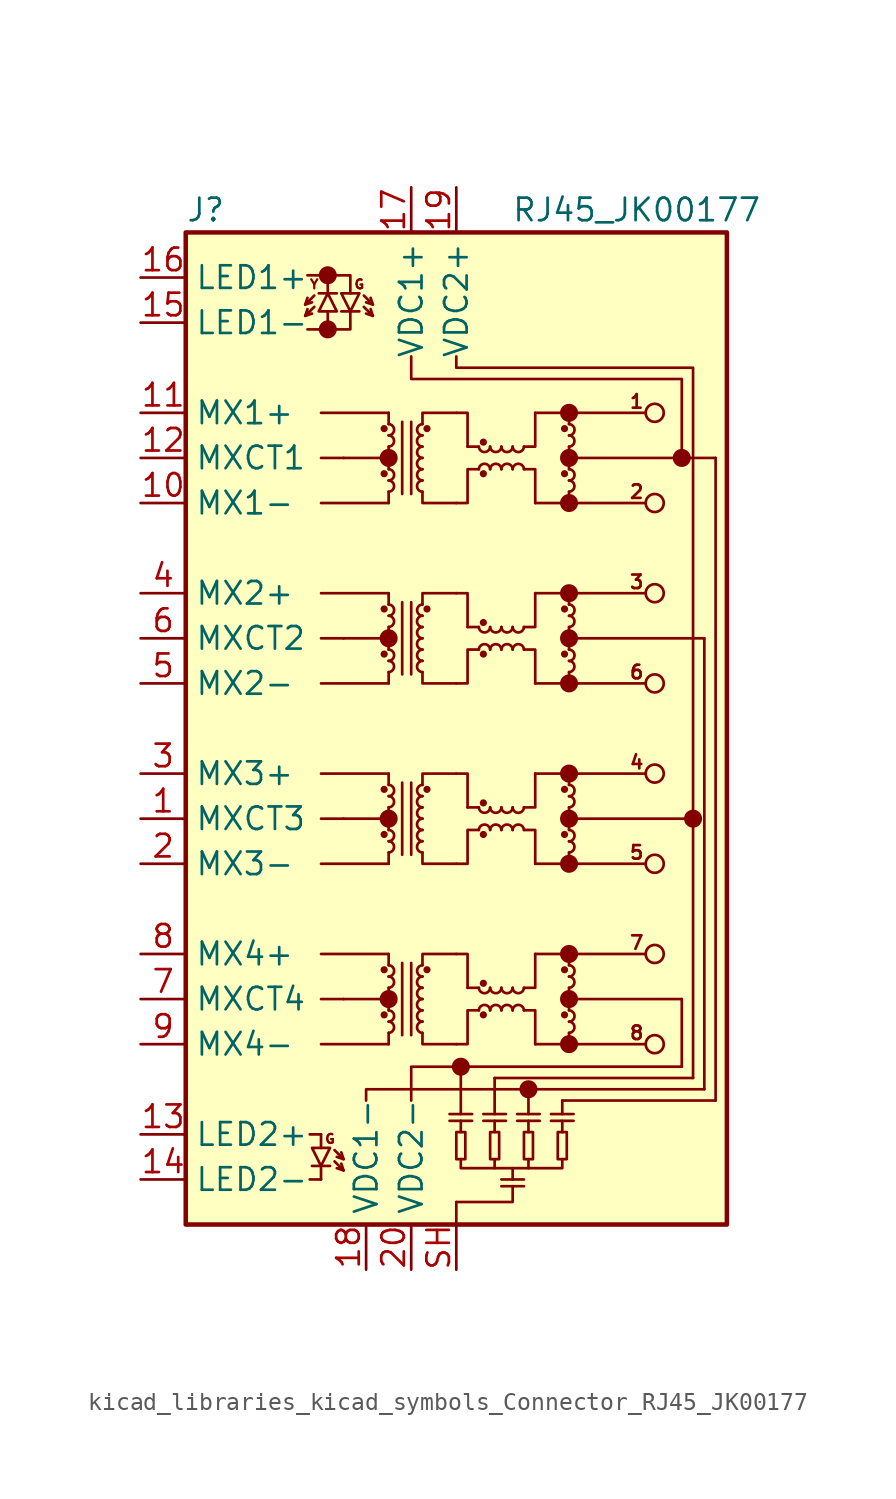
<source format=kicad_sym>
(kicad_symbol_lib
  (version 20220914)
  (generator kicad_symbol_editor)
  (symbol "kicad_libraries_kicad_symbols_Connector_RJ45_JK00177"
    (property "Reference" "J"
      (at -15.24 29.21 0)
      (effects (font (size 1.27 1.27)) (justify left)))
    (property "Value" "RJ45_JK00177"
      (at 10.16 29.21 0)
      (effects (font (size 1.27 1.27))))
    (symbol "kicad_libraries_kicad_symbols_Connector_RJ45_JK00177_0_0"
      (circle (center -7.239 22.479) (radius 0.0001) (stroke (width 0.508) (type default)) (fill (type none)))
      (circle (center -7.239 25.527) (radius 0.0001) (stroke (width 0.508) (type default)) (fill (type none)))
      (circle (center -3.81 -15.24) (radius 0.0001) (stroke (width 0.508) (type default)) (fill (type none)))
      (circle (center -3.81 -5.08) (radius 0.0001) (stroke (width 0.508) (type default)) (fill (type none)))
      (circle (center -3.81 5.08) (radius 0.0001) (stroke (width 0.508) (type default)) (fill (type none)))
      (circle (center -3.81 15.24) (radius 0.0001) (stroke (width 0.508) (type default)) (fill (type none)))
      (circle (center 0.254 -19.05) (radius 0.0001) (stroke (width 0.508) (type default)) (fill (type none)))
      (circle (center 4.064 -20.32) (radius 0.0001) (stroke (width 0.508) (type default)) (fill (type none)))
      (circle (center 6.35 -17.78) (radius 0.0001) (stroke (width 0.508) (type default)) (fill (type none)))
      (circle (center 6.35 -15.24) (radius 0.0001) (stroke (width 0.508) (type default)) (fill (type none)))
      (circle (center 6.35 -12.7) (radius 0.0001) (stroke (width 0.508) (type default)) (fill (type none)))
      (circle (center 6.35 -7.62) (radius 0.0001) (stroke (width 0.508) (type default)) (fill (type none)))
      (circle (center 6.35 -5.08) (radius 0.0001) (stroke (width 0.508) (type default)) (fill (type none)))
      (circle (center 6.35 -2.54) (radius 0.0001) (stroke (width 0.508) (type default)) (fill (type none)))
      (circle (center 6.35 2.54) (radius 0.0001) (stroke (width 0.508) (type default)) (fill (type none)))
      (circle (center 6.35 5.08) (radius 0.0001) (stroke (width 0.508) (type default)) (fill (type none)))
      (circle (center 6.35 7.62) (radius 0.0001) (stroke (width 0.508) (type default)) (fill (type none)))
      (circle (center 6.35 12.7) (radius 0.0001) (stroke (width 0.508) (type default)) (fill (type none)))
      (circle (center 6.35 15.24) (radius 0.0001) (stroke (width 0.508) (type default)) (fill (type none)))
      (circle (center 6.35 17.78) (radius 0.0001) (stroke (width 0.508) (type default)) (fill (type none)))
      (circle (center 12.7 15.24) (radius 0.0001) (stroke (width 0.508) (type default)) (fill (type none)))
      (circle (center 13.335 -5.08) (radius 0.0001) (stroke (width 0.508) (type default)) (fill (type none)))
      (text "" (at -7.874 24.892 900) (effects (font (size 1.27 1.27))))
      (text "1" (at 10.16 18.415 0) (effects (font (size 0.762 0.762))))
      (text "2" (at 10.16 13.335 0) (effects (font (size 0.762 0.762))))
      (text "3" (at 10.16 8.255 0) (effects (font (size 0.762 0.762))))
      (text "4" (at 10.16 -1.905 0) (effects (font (size 0.762 0.762))))
      (text "5" (at 10.16 -6.985 0) (effects (font (size 0.762 0.762))))
      (text "6" (at 10.16 3.175 0) (effects (font (size 0.762 0.762))))
      (text "7" (at 10.16 -12.065 0) (effects (font (size 0.762 0.762))))
      (text "8" (at 10.16 -17.145 0) (effects (font (size 0.762 0.762))))
      (text "G" (at -7.112 -23.114 0) (effects (font (size 0.508 0.508))))
      (text "G" (at -5.461 25.019 0) (effects (font (size 0.508 0.508))))
      (text "Y" (at -8.001 25.019 0) (effects (font (size 0.508 0.508)))))
    (symbol "kicad_libraries_kicad_symbols_Connector_RJ45_JK00177_0_1"
      (rectangle (start -15.24 27.94) (end 15.24 -27.94) (stroke (width 0.254) (type default)) (fill (type background)))
      (circle (center -4.064 -16.129) (radius 0.127) (stroke (width 0) (type default)) (fill (type outline)))
      (circle (center -4.064 -13.589) (radius 0.127) (stroke (width 0) (type default)) (fill (type outline)))
      (circle (center -4.064 -5.969) (radius 0.127) (stroke (width 0) (type default)) (fill (type outline)))
      (circle (center -4.064 -3.429) (radius 0.127) (stroke (width 0) (type default)) (fill (type outline)))
      (circle (center -4.064 4.191) (radius 0.127) (stroke (width 0) (type default)) (fill (type outline)))
      (circle (center -4.064 6.731) (radius 0.127) (stroke (width 0) (type default)) (fill (type outline)))
      (circle (center -4.064 14.351) (radius 0.127) (stroke (width 0) (type default)) (fill (type outline)))
      (circle (center -4.064 16.891) (radius 0.127) (stroke (width 0) (type default)) (fill (type outline)))
      (arc (start -3.81 -17.145) (mid -3.5052 -16.8402) (end -3.81 -16.51) (stroke (width 0) (type default)) (fill (type none)))
      (arc (start -3.81 -16.51) (mid -3.5052 -16.2052) (end -3.81 -15.875) (stroke (width 0) (type default)) (fill (type none)))
      (arc (start -3.81 -14.605) (mid -3.5052 -14.3002) (end -3.81 -13.97) (stroke (width 0) (type default)) (fill (type none)))
      (arc (start -3.81 -13.97) (mid -3.5052 -13.6652) (end -3.81 -13.335) (stroke (width 0) (type default)) (fill (type none)))
      (arc (start -3.81 -6.985) (mid -3.5052 -6.6802) (end -3.81 -6.35) (stroke (width 0) (type default)) (fill (type none)))
      (arc (start -3.81 -6.35) (mid -3.5052 -6.0452) (end -3.81 -5.715) (stroke (width 0) (type default)) (fill (type none)))
      (arc (start -3.81 -4.445) (mid -3.5052 -4.1402) (end -3.81 -3.81) (stroke (width 0) (type default)) (fill (type none)))
      (arc (start -3.81 -3.81) (mid -3.5052 -3.5052) (end -3.81 -3.175) (stroke (width 0) (type default)) (fill (type none)))
      (arc (start -3.81 3.175) (mid -3.5052 3.4798) (end -3.81 3.81) (stroke (width 0) (type default)) (fill (type none)))
      (arc (start -3.81 3.81) (mid -3.5052 4.1148) (end -3.81 4.445) (stroke (width 0) (type default)) (fill (type none)))
      (arc (start -3.81 5.715) (mid -3.5052 6.0198) (end -3.81 6.35) (stroke (width 0) (type default)) (fill (type none)))
      (arc (start -3.81 6.35) (mid -3.5052 6.6548) (end -3.81 6.985) (stroke (width 0) (type default)) (fill (type none)))
      (arc (start -3.81 13.335) (mid -3.5052 13.6398) (end -3.81 13.97) (stroke (width 0) (type default)) (fill (type none)))
      (arc (start -3.81 13.97) (mid -3.5052 14.2748) (end -3.81 14.605) (stroke (width 0) (type default)) (fill (type none)))
      (arc (start -3.81 15.875) (mid -3.5052 16.1798) (end -3.81 16.51) (stroke (width 0) (type default)) (fill (type none)))
      (arc (start -3.81 16.51) (mid -3.5052 16.8148) (end -3.81 17.145) (stroke (width 0) (type default)) (fill (type none)))
      (arc (start -1.905 -16.51) (mid -2.2098 -16.8148) (end -1.905 -17.145) (stroke (width 0) (type default)) (fill (type none)))
      (arc (start -1.905 -15.875) (mid -2.2098 -16.1798) (end -1.905 -16.51) (stroke (width 0) (type default)) (fill (type none)))
      (arc (start -1.905 -15.24) (mid -2.2098 -15.5448) (end -1.905 -15.875) (stroke (width 0) (type default)) (fill (type none)))
      (arc (start -1.905 -14.605) (mid -2.2098 -14.9098) (end -1.905 -15.24) (stroke (width 0) (type default)) (fill (type none)))
      (arc (start -1.905 -13.97) (mid -2.2098 -14.2748) (end -1.905 -14.605) (stroke (width 0) (type default)) (fill (type none)))
      (arc (start -1.905 -13.335) (mid -2.2098 -13.6398) (end -1.905 -13.97) (stroke (width 0) (type default)) (fill (type none)))
      (arc (start -1.905 -6.35) (mid -2.2098 -6.6548) (end -1.905 -6.985) (stroke (width 0) (type default)) (fill (type none)))
      (arc (start -1.905 -5.715) (mid -2.2098 -6.0198) (end -1.905 -6.35) (stroke (width 0) (type default)) (fill (type none)))
      (arc (start -1.905 -5.08) (mid -2.2098 -5.3848) (end -1.905 -5.715) (stroke (width 0) (type default)) (fill (type none)))
      (arc (start -1.905 -4.445) (mid -2.2098 -4.7498) (end -1.905 -5.08) (stroke (width 0) (type default)) (fill (type none)))
      (arc (start -1.905 -3.81) (mid -2.2098 -4.1148) (end -1.905 -4.445) (stroke (width 0) (type default)) (fill (type none)))
      (arc (start -1.905 -3.175) (mid -2.2098 -3.4798) (end -1.905 -3.81) (stroke (width 0) (type default)) (fill (type none)))
      (arc (start -1.905 3.81) (mid -2.2098 3.5052) (end -1.905 3.175) (stroke (width 0) (type default)) (fill (type none)))
      (arc (start -1.905 4.445) (mid -2.2098 4.1402) (end -1.905 3.81) (stroke (width 0) (type default)) (fill (type none)))
      (arc (start -1.905 5.08) (mid -2.2098 4.7752) (end -1.905 4.445) (stroke (width 0) (type default)) (fill (type none)))
      (arc (start -1.905 5.715) (mid -2.2098 5.4102) (end -1.905 5.08) (stroke (width 0) (type default)) (fill (type none)))
      (arc (start -1.905 6.35) (mid -2.2098 6.0452) (end -1.905 5.715) (stroke (width 0) (type default)) (fill (type none)))
      (arc (start -1.905 6.985) (mid -2.2098 6.6802) (end -1.905 6.35) (stroke (width 0) (type default)) (fill (type none)))
      (arc (start -1.905 13.97) (mid -2.2098 13.6652) (end -1.905 13.335) (stroke (width 0) (type default)) (fill (type none)))
      (arc (start -1.905 14.605) (mid -2.2098 14.3002) (end -1.905 13.97) (stroke (width 0) (type default)) (fill (type none)))
      (arc (start -1.905 15.24) (mid -2.2098 14.9352) (end -1.905 14.605) (stroke (width 0) (type default)) (fill (type none)))
      (arc (start -1.905 15.875) (mid -2.2098 15.5702) (end -1.905 15.24) (stroke (width 0) (type default)) (fill (type none)))
      (arc (start -1.905 16.51) (mid -2.2098 16.2052) (end -1.905 15.875) (stroke (width 0) (type default)) (fill (type none)))
      (arc (start -1.905 17.145) (mid -2.2098 16.8402) (end -1.905 16.51) (stroke (width 0) (type default)) (fill (type none)))
      (circle (center -1.651 -13.589) (radius 0.127) (stroke (width 0) (type default)) (fill (type outline)))
      (circle (center -1.651 -3.429) (radius 0.127) (stroke (width 0) (type default)) (fill (type outline)))
      (circle (center -1.651 6.731) (radius 0.127) (stroke (width 0) (type default)) (fill (type outline)))
      (circle (center -1.651 16.891) (radius 0.127) (stroke (width 0) (type default)) (fill (type outline)))
      (rectangle (start 0 -22.733) (end 0.508 -24.257) (stroke (width 0.152) (type default)) (fill (type none)))
      (polyline (pts (xy -7.62 -17.78) (xy -3.81 -17.78)) (stroke (width 0) (type default)) (fill (type none)))
      (polyline (pts (xy -7.62 -15.24) (xy -6.35 -15.24)) (stroke (width 0) (type default)) (fill (type none)))
      (polyline (pts (xy -7.62 -12.7) (xy -3.81 -12.7)) (stroke (width 0) (type default)) (fill (type none)))
      (polyline (pts (xy -7.62 -7.62) (xy -3.81 -7.62)) (stroke (width 0) (type default)) (fill (type none)))
      (polyline (pts (xy -7.62 -5.08) (xy -6.35 -5.08)) (stroke (width 0) (type default)) (fill (type none)))
      (polyline (pts (xy -7.62 -2.54) (xy -3.81 -2.54)) (stroke (width 0) (type default)) (fill (type none)))
      (polyline (pts (xy -7.62 2.54) (xy -3.81 2.54)) (stroke (width 0) (type default)) (fill (type none)))
      (polyline (pts (xy -7.62 5.08) (xy -6.35 5.08)) (stroke (width 0) (type default)) (fill (type none)))
      (polyline (pts (xy -7.62 7.62) (xy -3.81 7.62)) (stroke (width 0) (type default)) (fill (type none)))
      (polyline (pts (xy -7.62 12.7) (xy -3.81 12.7)) (stroke (width 0) (type default)) (fill (type none)))
      (polyline (pts (xy -7.62 15.24) (xy -6.35 15.24)) (stroke (width 0) (type default)) (fill (type none)))
      (polyline (pts (xy -7.62 17.78) (xy -3.81 17.78)) (stroke (width 0) (type default)) (fill (type none)))
      (polyline (pts (xy -6.35 -15.24) (xy -3.81 -15.24)) (stroke (width 0) (type default)) (fill (type none)))
      (polyline (pts (xy -6.35 -5.08) (xy -3.81 -5.08)) (stroke (width 0) (type default)) (fill (type none)))
      (polyline (pts (xy -6.35 5.08) (xy -3.81 5.08)) (stroke (width 0) (type default)) (fill (type none)))
      (polyline (pts (xy -6.35 15.24) (xy -3.81 15.24)) (stroke (width 0) (type default)) (fill (type none)))
      (polyline (pts (xy -3.81 -17.78) (xy -3.81 -17.145)) (stroke (width 0) (type default)) (fill (type none)))
      (polyline (pts (xy -3.81 -15.24) (xy -3.81 -15.875)) (stroke (width 0) (type default)) (fill (type none)))
      (polyline (pts (xy -3.81 -15.24) (xy -3.81 -14.605)) (stroke (width 0) (type default)) (fill (type none)))
      (polyline (pts (xy -3.81 -12.7) (xy -3.81 -13.335)) (stroke (width 0) (type default)) (fill (type none)))
      (polyline (pts (xy -3.81 -7.62) (xy -3.81 -6.985)) (stroke (width 0) (type default)) (fill (type none)))
      (polyline (pts (xy -3.81 -5.08) (xy -3.81 -5.715)) (stroke (width 0) (type default)) (fill (type none)))
      (polyline (pts (xy -3.81 -5.08) (xy -3.81 -4.445)) (stroke (width 0) (type default)) (fill (type none)))
      (polyline (pts (xy -3.81 -2.54) (xy -3.81 -3.175)) (stroke (width 0) (type default)) (fill (type none)))
      (polyline (pts (xy -3.81 2.54) (xy -3.81 3.175)) (stroke (width 0) (type default)) (fill (type none)))
      (polyline (pts (xy -3.81 5.08) (xy -3.81 4.445)) (stroke (width 0) (type default)) (fill (type none)))
      (polyline (pts (xy -3.81 5.08) (xy -3.81 5.715)) (stroke (width 0) (type default)) (fill (type none)))
      (polyline (pts (xy -3.81 7.62) (xy -3.81 6.985)) (stroke (width 0) (type default)) (fill (type none)))
      (polyline (pts (xy -3.81 12.7) (xy -3.81 13.335)) (stroke (width 0) (type default)) (fill (type none)))
      (polyline (pts (xy -3.81 15.24) (xy -3.81 14.605)) (stroke (width 0) (type default)) (fill (type none)))
      (polyline (pts (xy -3.81 15.24) (xy -3.81 15.875)) (stroke (width 0) (type default)) (fill (type none)))
      (polyline (pts (xy -3.81 17.78) (xy -3.81 17.145)) (stroke (width 0) (type default)) (fill (type none)))
      (polyline (pts (xy -3.048 -17.272) (xy -3.048 -13.208)) (stroke (width 0) (type default)) (fill (type none)))
      (polyline (pts (xy -3.048 -7.112) (xy -3.048 -3.048)) (stroke (width 0) (type default)) (fill (type none)))
      (polyline (pts (xy -3.048 3.048) (xy -3.048 7.112)) (stroke (width 0) (type default)) (fill (type none)))
      (polyline (pts (xy -3.048 13.208) (xy -3.048 17.272)) (stroke (width 0) (type default)) (fill (type none)))
      (polyline (pts (xy -2.54 -17.272) (xy -2.54 -13.208)) (stroke (width 0) (type default)) (fill (type none)))
      (polyline (pts (xy -2.54 -7.112) (xy -2.54 -3.048)) (stroke (width 0) (type default)) (fill (type none)))
      (polyline (pts (xy -2.54 3.048) (xy -2.54 7.112)) (stroke (width 0) (type default)) (fill (type none)))
      (polyline (pts (xy -2.54 13.208) (xy -2.54 17.272)) (stroke (width 0) (type default)) (fill (type none)))
      (polyline (pts (xy -0.381 -22.098) (xy 0.889 -22.098)) (stroke (width 0.152) (type default)) (fill (type none)))
      (polyline (pts (xy -0.381 -21.717) (xy 0.889 -21.717)) (stroke (width 0.152) (type default)) (fill (type none)))
      (polyline (pts (xy 0 -27.94) (xy 0 -26.67)) (stroke (width 0.152) (type default)) (fill (type none)))
      (polyline (pts (xy 0.254 -21.717) (xy 0.254 -19.05)) (stroke (width 0.152) (type default)) (fill (type none)))
      (polyline (pts (xy 0.254 -19.05) (xy 12.7 -19.05)) (stroke (width 0) (type default)) (fill (type none)))
      (polyline (pts (xy 0.635 -14.605) (xy 1.27 -14.605)) (stroke (width 0) (type default)) (fill (type none)))
      (polyline (pts (xy 0.635 -4.445) (xy 1.27 -4.445)) (stroke (width 0) (type default)) (fill (type none)))
      (polyline (pts (xy 0.635 5.715) (xy 1.27 5.715)) (stroke (width 0) (type default)) (fill (type none)))
      (polyline (pts (xy 0.635 15.875) (xy 1.27 15.875)) (stroke (width 0) (type default)) (fill (type none)))
      (polyline (pts (xy 1.524 -22.098) (xy 2.794 -22.098)) (stroke (width 0.152) (type default)) (fill (type none)))
      (polyline (pts (xy 1.524 -21.717) (xy 2.794 -21.717)) (stroke (width 0.152) (type default)) (fill (type none)))
      (polyline (pts (xy 2.159 -24.257) (xy 2.159 -24.765)) (stroke (width 0.152) (type default)) (fill (type none)))
      (polyline (pts (xy 2.159 -21.717) (xy 2.159 -19.685)) (stroke (width 0.152) (type default)) (fill (type none)))
      (polyline (pts (xy 3.429 -22.098) (xy 4.699 -22.098)) (stroke (width 0.152) (type default)) (fill (type none)))
      (polyline (pts (xy 3.429 -21.717) (xy 4.699 -21.717)) (stroke (width 0.152) (type default)) (fill (type none)))
      (polyline (pts (xy 3.81 -25.781) (xy 2.54 -25.781)) (stroke (width 0.152) (type default)) (fill (type none)))
      (polyline (pts (xy 3.81 -25.4) (xy 2.54 -25.4)) (stroke (width 0.152) (type default)) (fill (type none)))
      (polyline (pts (xy 4.064 -24.257) (xy 4.064 -24.765)) (stroke (width 0.152) (type default)) (fill (type none)))
      (polyline (pts (xy 4.064 -21.717) (xy 4.064 -20.32)) (stroke (width 0.152) (type default)) (fill (type none)))
      (polyline (pts (xy 4.445 -17.78) (xy 6.35 -17.78)) (stroke (width 0) (type default)) (fill (type none)))
      (polyline (pts (xy 4.445 -12.7) (xy 6.35 -12.7)) (stroke (width 0) (type default)) (fill (type none)))
      (polyline (pts (xy 4.445 -7.62) (xy 6.35 -7.62)) (stroke (width 0) (type default)) (fill (type none)))
      (polyline (pts (xy 4.445 -2.54) (xy 6.35 -2.54)) (stroke (width 0) (type default)) (fill (type none)))
      (polyline (pts (xy 4.445 2.54) (xy 6.35 2.54)) (stroke (width 0) (type default)) (fill (type none)))
      (polyline (pts (xy 4.445 7.62) (xy 6.35 7.62)) (stroke (width 0) (type default)) (fill (type none)))
      (polyline (pts (xy 4.445 12.7) (xy 6.35 12.7)) (stroke (width 0) (type default)) (fill (type none)))
      (polyline (pts (xy 4.445 17.78) (xy 6.35 17.78)) (stroke (width 0) (type default)) (fill (type none)))
      (polyline (pts (xy 5.334 -22.098) (xy 6.604 -22.098)) (stroke (width 0.152) (type default)) (fill (type none)))
      (polyline (pts (xy 5.334 -21.717) (xy 6.604 -21.717)) (stroke (width 0.152) (type default)) (fill (type none)))
      (polyline (pts (xy 5.969 -21.717) (xy 5.969 -20.955)) (stroke (width 0.152) (type default)) (fill (type none)))
      (polyline (pts (xy 6.35 -17.78) (xy 6.35 -17.145)) (stroke (width 0) (type default)) (fill (type none)))
      (polyline (pts (xy 6.35 -17.78) (xy 10.668 -17.78)) (stroke (width 0) (type default)) (fill (type none)))
      (polyline (pts (xy 6.35 -15.24) (xy 6.35 -15.875)) (stroke (width 0) (type default)) (fill (type none)))
      (polyline (pts (xy 6.35 -15.24) (xy 6.35 -14.605)) (stroke (width 0) (type default)) (fill (type none)))
      (polyline (pts (xy 6.35 -15.24) (xy 12.7 -15.24)) (stroke (width 0) (type default)) (fill (type none)))
      (polyline (pts (xy 6.35 -12.7) (xy 6.35 -13.335)) (stroke (width 0) (type default)) (fill (type none)))
      (polyline (pts (xy 6.35 -12.7) (xy 10.668 -12.7)) (stroke (width 0) (type default)) (fill (type none)))
      (polyline (pts (xy 6.35 -7.62) (xy 6.35 -6.985)) (stroke (width 0) (type default)) (fill (type none)))
      (polyline (pts (xy 6.35 -7.62) (xy 10.668 -7.62)) (stroke (width 0) (type default)) (fill (type none)))
      (polyline (pts (xy 6.35 -5.08) (xy 6.35 -5.715)) (stroke (width 0) (type default)) (fill (type none)))
      (polyline (pts (xy 6.35 -5.08) (xy 6.35 -4.445)) (stroke (width 0) (type default)) (fill (type none)))
      (polyline (pts (xy 6.35 -5.08) (xy 13.335 -5.08)) (stroke (width 0) (type default)) (fill (type none)))
      (polyline (pts (xy 6.35 -2.54) (xy 6.35 -3.175)) (stroke (width 0) (type default)) (fill (type none)))
      (polyline (pts (xy 6.35 -2.54) (xy 10.668 -2.54)) (stroke (width 0) (type default)) (fill (type none)))
      (polyline (pts (xy 6.35 2.54) (xy 6.35 3.175)) (stroke (width 0) (type default)) (fill (type none)))
      (polyline (pts (xy 6.35 2.54) (xy 10.668 2.54)) (stroke (width 0) (type default)) (fill (type none)))
      (polyline (pts (xy 6.35 5.08) (xy 6.35 4.445)) (stroke (width 0) (type default)) (fill (type none)))
      (polyline (pts (xy 6.35 5.08) (xy 6.35 5.715)) (stroke (width 0) (type default)) (fill (type none)))
      (polyline (pts (xy 6.35 7.62) (xy 6.35 6.985)) (stroke (width 0) (type default)) (fill (type none)))
      (polyline (pts (xy 6.35 7.62) (xy 10.668 7.62)) (stroke (width 0) (type default)) (fill (type none)))
      (polyline (pts (xy 6.35 12.7) (xy 6.35 13.335)) (stroke (width 0) (type default)) (fill (type none)))
      (polyline (pts (xy 6.35 12.7) (xy 10.668 12.7)) (stroke (width 0) (type default)) (fill (type none)))
      (polyline (pts (xy 6.35 15.24) (xy 6.35 14.605)) (stroke (width 0) (type default)) (fill (type none)))
      (polyline (pts (xy 6.35 15.24) (xy 6.35 15.875)) (stroke (width 0) (type default)) (fill (type none)))
      (polyline (pts (xy 6.35 17.78) (xy 6.35 17.145)) (stroke (width 0) (type default)) (fill (type none)))
      (polyline (pts (xy 6.35 17.78) (xy 10.668 17.78)) (stroke (width 0) (type default)) (fill (type none)))
      (polyline (pts (xy 12.7 -19.05) (xy 12.7 -15.24)) (stroke (width 0) (type default)) (fill (type none)))
      (polyline (pts (xy 13.335 -19.685) (xy 2.159 -19.685)) (stroke (width 0.152) (type default)) (fill (type none)))
      (polyline (pts (xy 13.335 -19.685) (xy 13.335 -5.08)) (stroke (width 0) (type default)) (fill (type none)))
      (polyline (pts (xy 13.97 -20.32) (xy 4.064 -20.32)) (stroke (width 0.152) (type default)) (fill (type none)))
      (polyline (pts (xy 13.97 -20.32) (xy 13.97 5.08)) (stroke (width 0) (type default)) (fill (type none)))
      (polyline (pts (xy 13.97 5.08) (xy 6.35 5.08)) (stroke (width 0) (type default)) (fill (type none)))
      (polyline (pts (xy 14.605 -20.955) (xy 5.969 -20.955)) (stroke (width 0.152) (type default)) (fill (type none)))
      (polyline (pts (xy 14.605 -20.955) (xy 14.605 15.24)) (stroke (width 0) (type default)) (fill (type none)))
      (polyline (pts (xy 14.605 15.24) (xy 6.35 15.24)) (stroke (width 0) (type default)) (fill (type none)))
      (polyline (pts (xy -2.54 -20.955) (xy -2.54 -19.05) (xy 0.254 -19.05)) (stroke (width 0.152) (type default)) (fill (type none)))
      (polyline (pts (xy -1.905 -17.145) (xy -1.905 -17.78) (xy 0 -17.78)) (stroke (width 0) (type default)) (fill (type none)))
      (polyline (pts (xy -1.905 -13.335) (xy -1.905 -12.7) (xy 0 -12.7)) (stroke (width 0) (type default)) (fill (type none)))
      (polyline (pts (xy -1.905 -6.985) (xy -1.905 -7.62) (xy 0 -7.62)) (stroke (width 0) (type default)) (fill (type none)))
      (polyline (pts (xy -1.905 -3.175) (xy -1.905 -2.54) (xy 0 -2.54)) (stroke (width 0) (type default)) (fill (type none)))
      (polyline (pts (xy -1.905 3.175) (xy -1.905 2.54) (xy 0 2.54)) (stroke (width 0) (type default)) (fill (type none)))
      (polyline (pts (xy -1.905 6.985) (xy -1.905 7.62) (xy 0 7.62)) (stroke (width 0) (type default)) (fill (type none)))
      (polyline (pts (xy -1.905 13.335) (xy -1.905 12.7) (xy 0 12.7)) (stroke (width 0) (type default)) (fill (type none)))
      (polyline (pts (xy -1.905 17.145) (xy -1.905 17.78) (xy 0 17.78)) (stroke (width 0) (type default)) (fill (type none)))
      (polyline (pts (xy 0 -26.67) (xy 3.175 -26.67) (xy 3.175 -25.781)) (stroke (width 0.152) (type default)) (fill (type none)))
      (polyline (pts (xy 0 -12.7) (xy 0.635 -12.7) (xy 0.635 -14.605)) (stroke (width 0) (type default)) (fill (type none)))
      (polyline (pts (xy 0 -2.54) (xy 0.635 -2.54) (xy 0.635 -4.445)) (stroke (width 0) (type default)) (fill (type none)))
      (polyline (pts (xy 0 7.62) (xy 0.635 7.62) (xy 0.635 5.715)) (stroke (width 0) (type default)) (fill (type none)))
      (polyline (pts (xy 0 17.78) (xy 0.635 17.78) (xy 0.635 15.875)) (stroke (width 0) (type default)) (fill (type none)))
      (polyline (pts (xy 3.81 -15.875) (xy 4.445 -15.875) (xy 4.445 -17.78)) (stroke (width 0) (type default)) (fill (type none)))
      (polyline (pts (xy 3.81 -14.605) (xy 4.445 -14.605) (xy 4.445 -12.7)) (stroke (width 0) (type default)) (fill (type none)))
      (polyline (pts (xy 3.81 -5.715) (xy 4.445 -5.715) (xy 4.445 -7.62)) (stroke (width 0) (type default)) (fill (type none)))
      (polyline (pts (xy 3.81 -4.445) (xy 4.445 -4.445) (xy 4.445 -2.54)) (stroke (width 0) (type default)) (fill (type none)))
      (polyline (pts (xy 3.81 4.445) (xy 4.445 4.445) (xy 4.445 2.54)) (stroke (width 0) (type default)) (fill (type none)))
      (polyline (pts (xy 3.81 5.715) (xy 4.445 5.715) (xy 4.445 7.62)) (stroke (width 0) (type default)) (fill (type none)))
      (polyline (pts (xy 3.81 14.605) (xy 4.445 14.605) (xy 4.445 12.7)) (stroke (width 0) (type default)) (fill (type none)))
      (polyline (pts (xy 3.81 15.875) (xy 4.445 15.875) (xy 4.445 17.78)) (stroke (width 0) (type default)) (fill (type none)))
      (polyline (pts (xy 4.064 -20.32) (xy -5.08 -20.32) (xy -5.08 -20.955)) (stroke (width 0.152) (type default)) (fill (type none)))
      (polyline (pts (xy -2.54 20.955) (xy -2.54 19.685) (xy 12.7 19.685) (xy 12.7 15.24)) (stroke (width 0.152) (type default)) (fill (type none)))
      (polyline (pts (xy 0 -17.78) (xy 0.635 -17.78) (xy 0.635 -15.875) (xy 1.27 -15.875)) (stroke (width 0) (type default)) (fill (type none)))
      (polyline (pts (xy 0 -7.62) (xy 0.635 -7.62) (xy 0.635 -5.715) (xy 1.27 -5.715)) (stroke (width 0) (type default)) (fill (type none)))
      (polyline (pts (xy 0 2.54) (xy 0.635 2.54) (xy 0.635 4.445) (xy 1.27 4.445)) (stroke (width 0) (type default)) (fill (type none)))
      (polyline (pts (xy 0 12.7) (xy 0.635 12.7) (xy 0.635 14.605) (xy 1.27 14.605)) (stroke (width 0) (type default)) (fill (type none)))
      (polyline (pts (xy 0.254 -24.257) (xy 0.254 -24.765) (xy 5.969 -24.765) (xy 5.969 -24.257)) (stroke (width 0.152) (type default)) (fill (type none)))
      (polyline (pts (xy 13.335 -5.08) (xy 13.335 20.32) (xy 0 20.32) (xy 0 20.955)) (stroke (width 0.152) (type default)) (fill (type none)))
      (rectangle (start 0.254 -22.733) (end 0.254 -22.098) (stroke (width 0.152) (type default)) (fill (type none)))
      (arc (start 1.27 -14.605) (mid 1.5748 -14.9098) (end 1.905 -14.605) (stroke (width 0) (type default)) (fill (type none)))
      (arc (start 1.27 -4.445) (mid 1.5748 -4.7498) (end 1.905 -4.445) (stroke (width 0) (type default)) (fill (type none)))
      (arc (start 1.27 5.715) (mid 1.5748 5.4102) (end 1.905 5.715) (stroke (width 0) (type default)) (fill (type none)))
      (arc (start 1.27 15.875) (mid 1.5748 15.5702) (end 1.905 15.875) (stroke (width 0) (type default)) (fill (type none)))
      (circle (center 1.524 -16.129) (radius 0.127) (stroke (width 0) (type default)) (fill (type outline)))
      (circle (center 1.524 -14.351) (radius 0.127) (stroke (width 0) (type default)) (fill (type outline)))
      (circle (center 1.524 -5.969) (radius 0.127) (stroke (width 0) (type default)) (fill (type outline)))
      (circle (center 1.524 -4.191) (radius 0.127) (stroke (width 0) (type default)) (fill (type outline)))
      (circle (center 1.524 4.191) (radius 0.127) (stroke (width 0) (type default)) (fill (type outline)))
      (circle (center 1.524 5.969) (radius 0.127) (stroke (width 0) (type default)) (fill (type outline)))
      (circle (center 1.524 14.351) (radius 0.127) (stroke (width 0) (type default)) (fill (type outline)))
      (circle (center 1.524 16.129) (radius 0.127) (stroke (width 0) (type default)) (fill (type outline)))
      (rectangle (start 1.905 -22.733) (end 2.413 -24.257) (stroke (width 0.152) (type default)) (fill (type none)))
      (arc (start 1.905 -15.875) (mid 1.6002 -15.5702) (end 1.27 -15.875) (stroke (width 0) (type default)) (fill (type none)))
      (arc (start 1.905 -14.605) (mid 2.2098 -14.9098) (end 2.54 -14.605) (stroke (width 0) (type default)) (fill (type none)))
      (arc (start 1.905 -5.715) (mid 1.6002 -5.4102) (end 1.27 -5.715) (stroke (width 0) (type default)) (fill (type none)))
      (arc (start 1.905 -4.445) (mid 2.2098 -4.7498) (end 2.54 -4.445) (stroke (width 0) (type default)) (fill (type none)))
      (arc (start 1.905 4.445) (mid 1.6002 4.7498) (end 1.27 4.445) (stroke (width 0) (type default)) (fill (type none)))
      (arc (start 1.905 5.715) (mid 2.2098 5.4102) (end 2.54 5.715) (stroke (width 0) (type default)) (fill (type none)))
      (arc (start 1.905 14.605) (mid 1.6002 14.9098) (end 1.27 14.605) (stroke (width 0) (type default)) (fill (type none)))
      (arc (start 1.905 15.875) (mid 2.2098 15.5702) (end 2.54 15.875) (stroke (width 0) (type default)) (fill (type none)))
      (rectangle (start 2.159 -22.733) (end 2.159 -22.098) (stroke (width 0.152) (type default)) (fill (type none)))
      (arc (start 2.54 -15.875) (mid 2.2352 -15.5702) (end 1.905 -15.875) (stroke (width 0) (type default)) (fill (type none)))
      (arc (start 2.54 -14.605) (mid 2.8448 -14.9098) (end 3.175 -14.605) (stroke (width 0) (type default)) (fill (type none)))
      (arc (start 2.54 -5.715) (mid 2.2352 -5.4102) (end 1.905 -5.715) (stroke (width 0) (type default)) (fill (type none)))
      (arc (start 2.54 -4.445) (mid 2.8448 -4.7498) (end 3.175 -4.445) (stroke (width 0) (type default)) (fill (type none)))
      (arc (start 2.54 4.445) (mid 2.2352 4.7498) (end 1.905 4.445) (stroke (width 0) (type default)) (fill (type none)))
      (arc (start 2.54 5.715) (mid 2.8448 5.4102) (end 3.175 5.715) (stroke (width 0) (type default)) (fill (type none)))
      (arc (start 2.54 14.605) (mid 2.2352 14.9098) (end 1.905 14.605) (stroke (width 0) (type default)) (fill (type none)))
      (arc (start 2.54 15.875) (mid 2.8448 15.5702) (end 3.175 15.875) (stroke (width 0) (type default)) (fill (type none)))
      (rectangle (start 3.175 -24.765) (end 3.175 -25.4) (stroke (width 0.152) (type default)) (fill (type none)))
      (arc (start 3.175 -15.875) (mid 2.8702 -15.5702) (end 2.54 -15.875) (stroke (width 0) (type default)) (fill (type none)))
      (arc (start 3.175 -14.605) (mid 3.4798 -14.9098) (end 3.81 -14.605) (stroke (width 0) (type default)) (fill (type none)))
      (arc (start 3.175 -5.715) (mid 2.8702 -5.4102) (end 2.54 -5.715) (stroke (width 0) (type default)) (fill (type none)))
      (arc (start 3.175 -4.445) (mid 3.4798 -4.7498) (end 3.81 -4.445) (stroke (width 0) (type default)) (fill (type none)))
      (arc (start 3.175 4.445) (mid 2.8702 4.7498) (end 2.54 4.445) (stroke (width 0) (type default)) (fill (type none)))
      (arc (start 3.175 5.715) (mid 3.4798 5.4102) (end 3.81 5.715) (stroke (width 0) (type default)) (fill (type none)))
      (arc (start 3.175 14.605) (mid 2.8702 14.9098) (end 2.54 14.605) (stroke (width 0) (type default)) (fill (type none)))
      (arc (start 3.175 15.875) (mid 3.4798 15.5702) (end 3.81 15.875) (stroke (width 0) (type default)) (fill (type none)))
      (rectangle (start 3.81 -22.733) (end 4.318 -24.257) (stroke (width 0.152) (type default)) (fill (type none)))
      (arc (start 3.81 -15.875) (mid 3.5052 -15.5702) (end 3.175 -15.875) (stroke (width 0) (type default)) (fill (type none)))
      (arc (start 3.81 -5.715) (mid 3.5052 -5.4102) (end 3.175 -5.715) (stroke (width 0) (type default)) (fill (type none)))
      (arc (start 3.81 4.445) (mid 3.5052 4.7498) (end 3.175 4.445) (stroke (width 0) (type default)) (fill (type none)))
      (arc (start 3.81 14.605) (mid 3.5052 14.9098) (end 3.175 14.605) (stroke (width 0) (type default)) (fill (type none)))
      (rectangle (start 4.064 -22.733) (end 4.064 -22.098) (stroke (width 0.152) (type default)) (fill (type none)))
      (rectangle (start 5.715 -22.733) (end 6.223 -24.257) (stroke (width 0.152) (type default)) (fill (type none)))
      (rectangle (start 5.969 -22.733) (end 5.969 -22.098) (stroke (width 0.152) (type default)) (fill (type none)))
      (circle (center 6.096 -16.129) (radius 0.127) (stroke (width 0) (type default)) (fill (type outline)))
      (circle (center 6.096 -13.589) (radius 0.127) (stroke (width 0) (type default)) (fill (type outline)))
      (circle (center 6.096 -5.969) (radius 0.127) (stroke (width 0) (type default)) (fill (type outline)))
      (circle (center 6.096 -3.429) (radius 0.127) (stroke (width 0) (type default)) (fill (type outline)))
      (circle (center 6.096 4.191) (radius 0.127) (stroke (width 0) (type default)) (fill (type outline)))
      (circle (center 6.096 6.731) (radius 0.127) (stroke (width 0) (type default)) (fill (type outline)))
      (circle (center 6.096 14.351) (radius 0.127) (stroke (width 0) (type default)) (fill (type outline)))
      (circle (center 6.096 16.891) (radius 0.127) (stroke (width 0) (type default)) (fill (type outline)))
      (arc (start 6.35 -17.145) (mid 6.6548 -16.8275) (end 6.35 -16.51) (stroke (width 0) (type default)) (fill (type none)))
      (arc (start 6.35 -16.51) (mid 6.6548 -16.1925) (end 6.35 -15.875) (stroke (width 0) (type default)) (fill (type none)))
      (arc (start 6.35 -14.605) (mid 6.6548 -14.2875) (end 6.35 -13.97) (stroke (width 0) (type default)) (fill (type none)))
      (arc (start 6.35 -13.97) (mid 6.6548 -13.6525) (end 6.35 -13.335) (stroke (width 0) (type default)) (fill (type none)))
      (arc (start 6.35 -6.985) (mid 6.6548 -6.6675) (end 6.35 -6.35) (stroke (width 0) (type default)) (fill (type none)))
      (arc (start 6.35 -6.35) (mid 6.6548 -6.0325) (end 6.35 -5.715) (stroke (width 0) (type default)) (fill (type none)))
      (arc (start 6.35 -4.445) (mid 6.6548 -4.1275) (end 6.35 -3.81) (stroke (width 0) (type default)) (fill (type none)))
      (arc (start 6.35 -3.81) (mid 6.6548 -3.4925) (end 6.35 -3.175) (stroke (width 0) (type default)) (fill (type none)))
      (arc (start 6.35 3.175) (mid 6.6548 3.4925) (end 6.35 3.81) (stroke (width 0) (type default)) (fill (type none)))
      (arc (start 6.35 3.81) (mid 6.6548 4.1275) (end 6.35 4.445) (stroke (width 0) (type default)) (fill (type none)))
      (arc (start 6.35 5.715) (mid 6.6548 6.0325) (end 6.35 6.35) (stroke (width 0) (type default)) (fill (type none)))
      (arc (start 6.35 6.35) (mid 6.6548 6.6675) (end 6.35 6.985) (stroke (width 0) (type default)) (fill (type none)))
      (arc (start 6.35 13.335) (mid 6.6548 13.6525) (end 6.35 13.97) (stroke (width 0) (type default)) (fill (type none)))
      (arc (start 6.35 13.97) (mid 6.6548 14.2875) (end 6.35 14.605) (stroke (width 0) (type default)) (fill (type none)))
      (arc (start 6.35 15.875) (mid 6.6548 16.1925) (end 6.35 16.51) (stroke (width 0) (type default)) (fill (type none)))
      (arc (start 6.35 16.51) (mid 6.6548 16.8275) (end 6.35 17.145) (stroke (width 0) (type default)) (fill (type none)))
      (circle (center 11.176 -17.78) (radius 0.508) (stroke (width 0) (type default)) (fill (type none)))
      (circle (center 11.176 -12.7) (radius 0.508) (stroke (width 0) (type default)) (fill (type none)))
      (circle (center 11.176 -7.62) (radius 0.508) (stroke (width 0) (type default)) (fill (type none)))
      (circle (center 11.176 -2.54) (radius 0.508) (stroke (width 0) (type default)) (fill (type none)))
      (circle (center 11.176 2.54) (radius 0.508) (stroke (width 0) (type default)) (fill (type none)))
      (circle (center 11.176 7.62) (radius 0.508) (stroke (width 0) (type default)) (fill (type none)))
      (circle (center 11.176 12.7) (radius 0.508) (stroke (width 0) (type default)) (fill (type none)))
      (circle (center 11.176 17.78) (radius 0.508) (stroke (width 0) (type default)) (fill (type none))))
    (symbol "kicad_libraries_kicad_symbols_Connector_RJ45_JK00177_1_1"
      (polyline (pts (xy -8.509 23.241) (xy -8.382 23.622)) (stroke (width 0) (type default)) (fill (type none)))
      (polyline (pts (xy -8.509 23.876) (xy -8.382 24.257)) (stroke (width 0) (type default)) (fill (type none)))
      (polyline (pts (xy -8.255 -25.4) (xy -7.62 -25.4)) (stroke (width 0) (type default)) (fill (type none)))
      (polyline (pts (xy -8.255 -22.86) (xy -7.62 -22.86)) (stroke (width 0) (type default)) (fill (type none)))
      (polyline (pts (xy -8.128 -24.638) (xy -7.112 -24.638)) (stroke (width 0) (type default)) (fill (type none)))
      (polyline (pts (xy -7.62 -25.4) (xy -7.62 -24.638)) (stroke (width 0) (type default)) (fill (type none)))
      (polyline (pts (xy -7.62 -22.86) (xy -7.62 -23.622)) (stroke (width 0) (type default)) (fill (type none)))
      (polyline (pts (xy -7.239 22.479) (xy -7.239 23.495)) (stroke (width 0) (type default)) (fill (type none)))
      (polyline (pts (xy -7.239 25.527) (xy -7.239 24.511)) (stroke (width 0) (type default)) (fill (type none)))
      (polyline (pts (xy -6.731 24.511) (xy -7.747 24.511)) (stroke (width 0) (type default)) (fill (type none)))
      (polyline (pts (xy -6.477 23.495) (xy -5.461 23.495)) (stroke (width 0) (type default)) (fill (type none)))
      (polyline (pts (xy -6.35 -24.892) (xy -6.477 -24.511)) (stroke (width 0) (type default)) (fill (type none)))
      (polyline (pts (xy -6.35 -24.257) (xy -6.477 -23.876)) (stroke (width 0) (type default)) (fill (type none)))
      (polyline (pts (xy -4.699 23.241) (xy -4.826 23.622)) (stroke (width 0) (type default)) (fill (type none)))
      (polyline (pts (xy -4.699 23.876) (xy -4.826 24.257)) (stroke (width 0) (type default)) (fill (type none)))
      (polyline (pts (xy -8.382 22.479) (xy -5.969 22.479) (xy -5.969 23.495)) (stroke (width 0) (type default)) (fill (type none)))
      (polyline (pts (xy -8.001 23.749) (xy -8.509 23.241) (xy -8.128 23.368)) (stroke (width 0) (type default)) (fill (type none)))
      (polyline (pts (xy -8.001 24.384) (xy -8.509 23.876) (xy -8.128 24.003)) (stroke (width 0) (type default)) (fill (type none)))
      (polyline (pts (xy -6.858 -24.384) (xy -6.35 -24.892) (xy -6.731 -24.765)) (stroke (width 0) (type default)) (fill (type none)))
      (polyline (pts (xy -6.858 -23.749) (xy -6.35 -24.257) (xy -6.731 -24.13)) (stroke (width 0) (type default)) (fill (type none)))
      (polyline (pts (xy -5.969 24.511) (xy -5.969 25.527) (xy -8.382 25.527)) (stroke (width 0) (type default)) (fill (type none)))
      (polyline (pts (xy -5.207 23.749) (xy -4.699 23.241) (xy -5.08 23.368)) (stroke (width 0) (type default)) (fill (type none)))
      (polyline (pts (xy -5.207 24.384) (xy -4.699 23.876) (xy -5.08 24.003)) (stroke (width 0) (type default)) (fill (type none)))
      (polyline (pts (xy -7.62 -24.638) (xy -8.128 -23.622) (xy -7.112 -23.622) (xy -7.62 -24.638)) (stroke (width 0) (type default)) (fill (type none)))
      (polyline (pts (xy -7.239 24.511) (xy -6.731 23.495) (xy -7.747 23.495) (xy -7.239 24.511)) (stroke (width 0) (type default)) (fill (type none)))
      (polyline (pts (xy -5.969 23.495) (xy -6.477 24.511) (xy -5.461 24.511) (xy -5.969 23.495)) (stroke (width 0) (type default)) (fill (type none)))
      (pin passive line (at -17.78 -5.08 0) (length 2.54) (name "MXCT3" (effects (font (size 1.27 1.27)))) (number "1" (effects (font (size 1.27 1.27)))))
      (pin passive line (at -17.78 12.7 0) (length 2.54) (name "MX1-" (effects (font (size 1.27 1.27)))) (number "10" (effects (font (size 1.27 1.27)))))
      (pin passive line (at -17.78 17.78 0) (length 2.54) (name "MX1+" (effects (font (size 1.27 1.27)))) (number "11" (effects (font (size 1.27 1.27)))))
      (pin passive line (at -17.78 15.24 0) (length 2.54) (name "MXCT1" (effects (font (size 1.27 1.27)))) (number "12" (effects (font (size 1.27 1.27)))))
      (pin passive line (at -17.78 -22.86 0) (length 2.54) (name "LED2+" (effects (font (size 1.27 1.27)))) (number "13" (effects (font (size 1.27 1.27)))))
      (pin passive line (at -17.78 -25.4 0) (length 2.54) (name "LED2-" (effects (font (size 1.27 1.27)))) (number "14" (effects (font (size 1.27 1.27)))))
      (pin passive line (at -17.78 22.86 0) (length 2.54) (name "LED1-" (effects (font (size 1.27 1.27)))) (number "15" (effects (font (size 1.27 1.27)))))
      (pin passive line (at -17.78 25.4 0) (length 2.54) (name "LED1+" (effects (font (size 1.27 1.27)))) (number "16" (effects (font (size 1.27 1.27)))))
      (pin passive line (at -2.54 30.48 270) (length 2.54) (name "VDC1+" (effects (font (size 1.27 1.27)))) (number "17" (effects (font (size 1.27 1.27)))))
      (pin passive line (at -5.08 -30.48 90) (length 2.54) (name "VDC1-" (effects (font (size 1.27 1.27)))) (number "18" (effects (font (size 1.27 1.27)))))
      (pin passive line (at 0 30.48 270) (length 2.54) (name "VDC2+" (effects (font (size 1.27 1.27)))) (number "19" (effects (font (size 1.27 1.27)))))
      (pin passive line (at -17.78 -7.62 0) (length 2.54) (name "MX3-" (effects (font (size 1.27 1.27)))) (number "2" (effects (font (size 1.27 1.27)))))
      (pin passive line (at -2.54 -30.48 90) (length 2.54) (name "VDC2-" (effects (font (size 1.27 1.27)))) (number "20" (effects (font (size 1.27 1.27)))))
      (pin passive line (at -17.78 -2.54 0) (length 2.54) (name "MX3+" (effects (font (size 1.27 1.27)))) (number "3" (effects (font (size 1.27 1.27)))))
      (pin passive line (at -17.78 7.62 0) (length 2.54) (name "MX2+" (effects (font (size 1.27 1.27)))) (number "4" (effects (font (size 1.27 1.27)))))
      (pin passive line (at -17.78 2.54 0) (length 2.54) (name "MX2-" (effects (font (size 1.27 1.27)))) (number "5" (effects (font (size 1.27 1.27)))))
      (pin passive line (at -17.78 5.08 0) (length 2.54) (name "MXCT2" (effects (font (size 1.27 1.27)))) (number "6" (effects (font (size 1.27 1.27)))))
      (pin passive line (at -17.78 -15.24 0) (length 2.54) (name "MXCT4" (effects (font (size 1.27 1.27)))) (number "7" (effects (font (size 1.27 1.27)))))
      (pin passive line (at -17.78 -12.7 0) (length 2.54) (name "MX4+" (effects (font (size 1.27 1.27)))) (number "8" (effects (font (size 1.27 1.27)))))
      (pin passive line (at -17.78 -17.78 0) (length 2.54) (name "MX4-" (effects (font (size 1.27 1.27)))) (number "9" (effects (font (size 1.27 1.27)))))
      (pin passive line (at 0 -30.48 90) (length 2.54) (name "~" (effects (font (size 1.27 1.27)))) (number "SH" (effects (font (size 1.27 1.27))))))))
</source>
